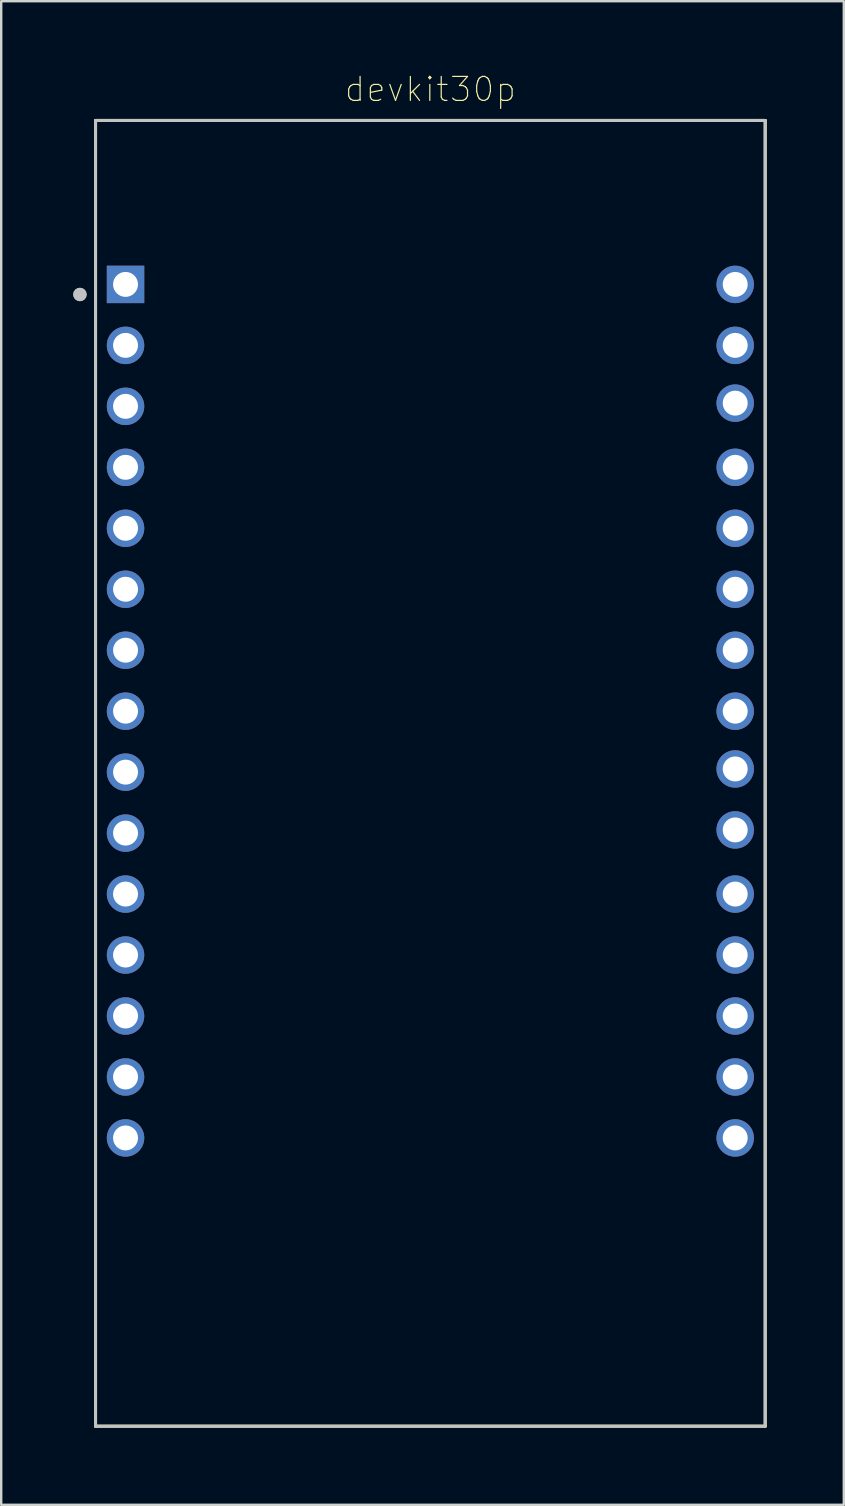
<source format=kicad_pcb>
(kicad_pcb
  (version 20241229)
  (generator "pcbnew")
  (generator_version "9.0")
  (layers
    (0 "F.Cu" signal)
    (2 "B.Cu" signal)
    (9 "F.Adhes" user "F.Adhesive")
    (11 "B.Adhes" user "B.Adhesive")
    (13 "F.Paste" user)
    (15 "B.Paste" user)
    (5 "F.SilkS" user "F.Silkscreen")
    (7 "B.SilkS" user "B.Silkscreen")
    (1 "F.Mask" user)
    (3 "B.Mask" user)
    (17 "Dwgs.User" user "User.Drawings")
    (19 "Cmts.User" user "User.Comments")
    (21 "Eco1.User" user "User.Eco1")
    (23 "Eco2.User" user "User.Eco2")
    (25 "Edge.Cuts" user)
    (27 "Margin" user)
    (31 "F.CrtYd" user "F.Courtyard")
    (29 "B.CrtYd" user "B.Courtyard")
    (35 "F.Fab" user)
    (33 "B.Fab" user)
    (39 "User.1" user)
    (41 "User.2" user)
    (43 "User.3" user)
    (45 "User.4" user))
  (footprint "devkit30p"
    (layer "F.Cu")
    (at 14.88 29.119)
    (property "Reference" "devkit30p" (at 0 -28.446 0) (layer "F.SilkS") (effects (font (size 1 1) (thickness 0.05))))
    (attr through_hole)
    (fp_line (start -13.95 -27.15) (end 13.95 -27.15) (stroke (width 0.127) (type solid)) (layer "F.SilkS"))
    (fp_line (start -13.95 27.25) (end -13.95 -27.15) (stroke (width 0.127) (type solid)) (layer "F.SilkS"))
    (fp_line (start 13.95 -27.15) (end 13.95 27.25) (stroke (width 0.127) (type solid)) (layer "F.SilkS"))
    (fp_line (start 13.95 27.25) (end -13.95 27.25) (stroke (width 0.127) (type solid)) (layer "F.SilkS"))
    (fp_line (start -13.95 -27.15) (end 13.95 -27.15) (stroke (width 0.127) (type solid)) (layer "Dwgs.User"))
    (fp_line (start -13.95 27.25) (end -13.95 -27.15) (stroke (width 0.127) (type solid)) (layer "Dwgs.User"))
    (fp_line (start 13.95 -27.15) (end 13.95 27.25) (stroke (width 0.127) (type solid)) (layer "Dwgs.User"))
    (fp_line (start 13.95 27.25) (end -13.95 27.25) (stroke (width 0.127) (type solid)) (layer "Dwgs.User"))
    (fp_circle (center -14.6 -19.9) (end -14.46 -19.9) (stroke (width 0.28) (type solid)) (fill no) (layer "Dwgs.User"))
    (fp_circle (center -14.6 -19.9) (end -14.46 -19.9) (stroke (width 0.28) (type solid)) (fill no) (layer "Dwgs.User"))
    (fp_line (start -14.2 -27.4) (end 14.2 -27.4) (stroke (width 0.05) (type solid)) (layer "Eco1.User"))
    (fp_line (start -14.2 27.5) (end -14.2 -27.4) (stroke (width 0.05) (type solid)) (layer "Eco1.User"))
    (fp_line (start 14.2 -27.4) (end 14.2 27.5) (stroke (width 0.05) (type solid)) (layer "Eco1.User"))
    (fp_line (start 14.2 27.5) (end -14.2 27.5) (stroke (width 0.05) (type solid)) (layer "Eco1.User"))
    (pad "1" thru_hole rect (at -12.7 -20.32) (size 1.56 1.56) (drill 1.04) (layers "*.Cu" "*.Mask"))
    (pad "2" thru_hole circle (at -12.7 -17.78) (size 1.56 1.56) (drill 1.04) (layers "*.Cu" "*.Mask"))
    (pad "3" thru_hole circle (at -12.7 -15.24) (size 1.56 1.56) (drill 1.04) (layers "*.Cu" "*.Mask"))
    (pad "4" thru_hole circle (at -12.7 -12.7) (size 1.56 1.56) (drill 1.04) (layers "*.Cu" "*.Mask"))
    (pad "5" thru_hole circle (at -12.7 -10.16) (size 1.56 1.56) (drill 1.04) (layers "*.Cu" "*.Mask"))
    (pad "6" thru_hole circle (at -12.7 -7.62) (size 1.56 1.56) (drill 1.04) (layers "*.Cu" "*.Mask"))
    (pad "7" thru_hole circle (at -12.7 -5.08) (size 1.56 1.56) (drill 1.04) (layers "*.Cu" "*.Mask"))
    (pad "8" thru_hole circle (at -12.7 -2.54) (size 1.56 1.56) (drill 1.04) (layers "*.Cu" "*.Mask"))
    (pad "9" thru_hole circle (at -12.7 0) (size 1.56 1.56) (drill 1.04) (layers "*.Cu" "*.Mask"))
    (pad "10" thru_hole circle (at -12.7 2.54) (size 1.56 1.56) (drill 1.04) (layers "*.Cu" "*.Mask"))
    (pad "11" thru_hole circle (at -12.7 5.08) (size 1.56 1.56) (drill 1.04) (layers "*.Cu" "*.Mask"))
    (pad "12" thru_hole circle (at -12.7 7.62) (size 1.56 1.56) (drill 1.04) (layers "*.Cu" "*.Mask"))
    (pad "13" thru_hole circle (at -12.7 10.16) (size 1.56 1.56) (drill 1.04) (layers "*.Cu" "*.Mask"))
    (pad "14" thru_hole circle (at -12.7 12.7) (size 1.56 1.56) (drill 1.04) (layers "*.Cu" "*.Mask"))
    (pad "15" thru_hole circle (at -12.7 15.24) (size 1.56 1.56) (drill 1.04) (layers "*.Cu" "*.Mask"))
    (pad "16" thru_hole circle (at 12.7 15.24) (size 1.56 1.56) (drill 1.04) (layers "*.Cu" "*.Mask"))
    (pad "17" thru_hole circle (at 12.7 12.7) (size 1.56 1.56) (drill 1.04) (layers "*.Cu" "*.Mask"))
    (pad "18" thru_hole circle (at 12.7 10.16) (size 1.56 1.56) (drill 1.04) (layers "*.Cu" "*.Mask"))
    (pad "19" thru_hole circle (at 12.7 7.62) (size 1.56 1.56) (drill 1.04) (layers "*.Cu" "*.Mask"))
    (pad "20" thru_hole circle (at 12.7 5.08) (size 1.56 1.56) (drill 1.04) (layers "*.Cu" "*.Mask"))
    (pad "21" thru_hole circle (at 12.7 2.407) (size 1.56 1.56) (drill 1.04) (layers "*.Cu" "*.Mask"))
    (pad "22" thru_hole circle (at 12.7 -0.133) (size 1.56 1.56) (drill 1.04) (layers "*.Cu" "*.Mask"))
    (pad "23" thru_hole circle (at 12.7 -2.54) (size 1.56 1.56) (drill 1.04) (layers "*.Cu" "*.Mask"))
    (pad "24" thru_hole circle (at 12.7 -5.08) (size 1.56 1.56) (drill 1.04) (layers "*.Cu" "*.Mask"))
    (pad "25" thru_hole circle (at 12.7 -7.62) (size 1.56 1.56) (drill 1.04) (layers "*.Cu" "*.Mask"))
    (pad "26" thru_hole circle (at 12.7 -10.16) (size 1.56 1.56) (drill 1.04) (layers "*.Cu" "*.Mask"))
    (pad "27" thru_hole circle (at 12.7 -12.7) (size 1.56 1.56) (drill 1.04) (layers "*.Cu" "*.Mask"))
    (pad "28" thru_hole circle (at 12.7 -15.373) (size 1.56 1.56) (drill 1.04) (layers "*.Cu" "*.Mask"))
    (pad "29" thru_hole circle (at 12.7 -17.78) (size 1.56 1.56) (drill 1.04) (layers "*.Cu" "*.Mask"))
    (pad "30" thru_hole circle (at 12.7 -20.32) (size 1.56 1.56) (drill 1.04) (layers "*.Cu" "*.Mask")))
  (gr_rect
    (start -3 -3)
    (end 32.105 59.644)
    (stroke (width 0.1) (type default))
    (fill no)
    (layer "Edge.Cuts")))
</source>
